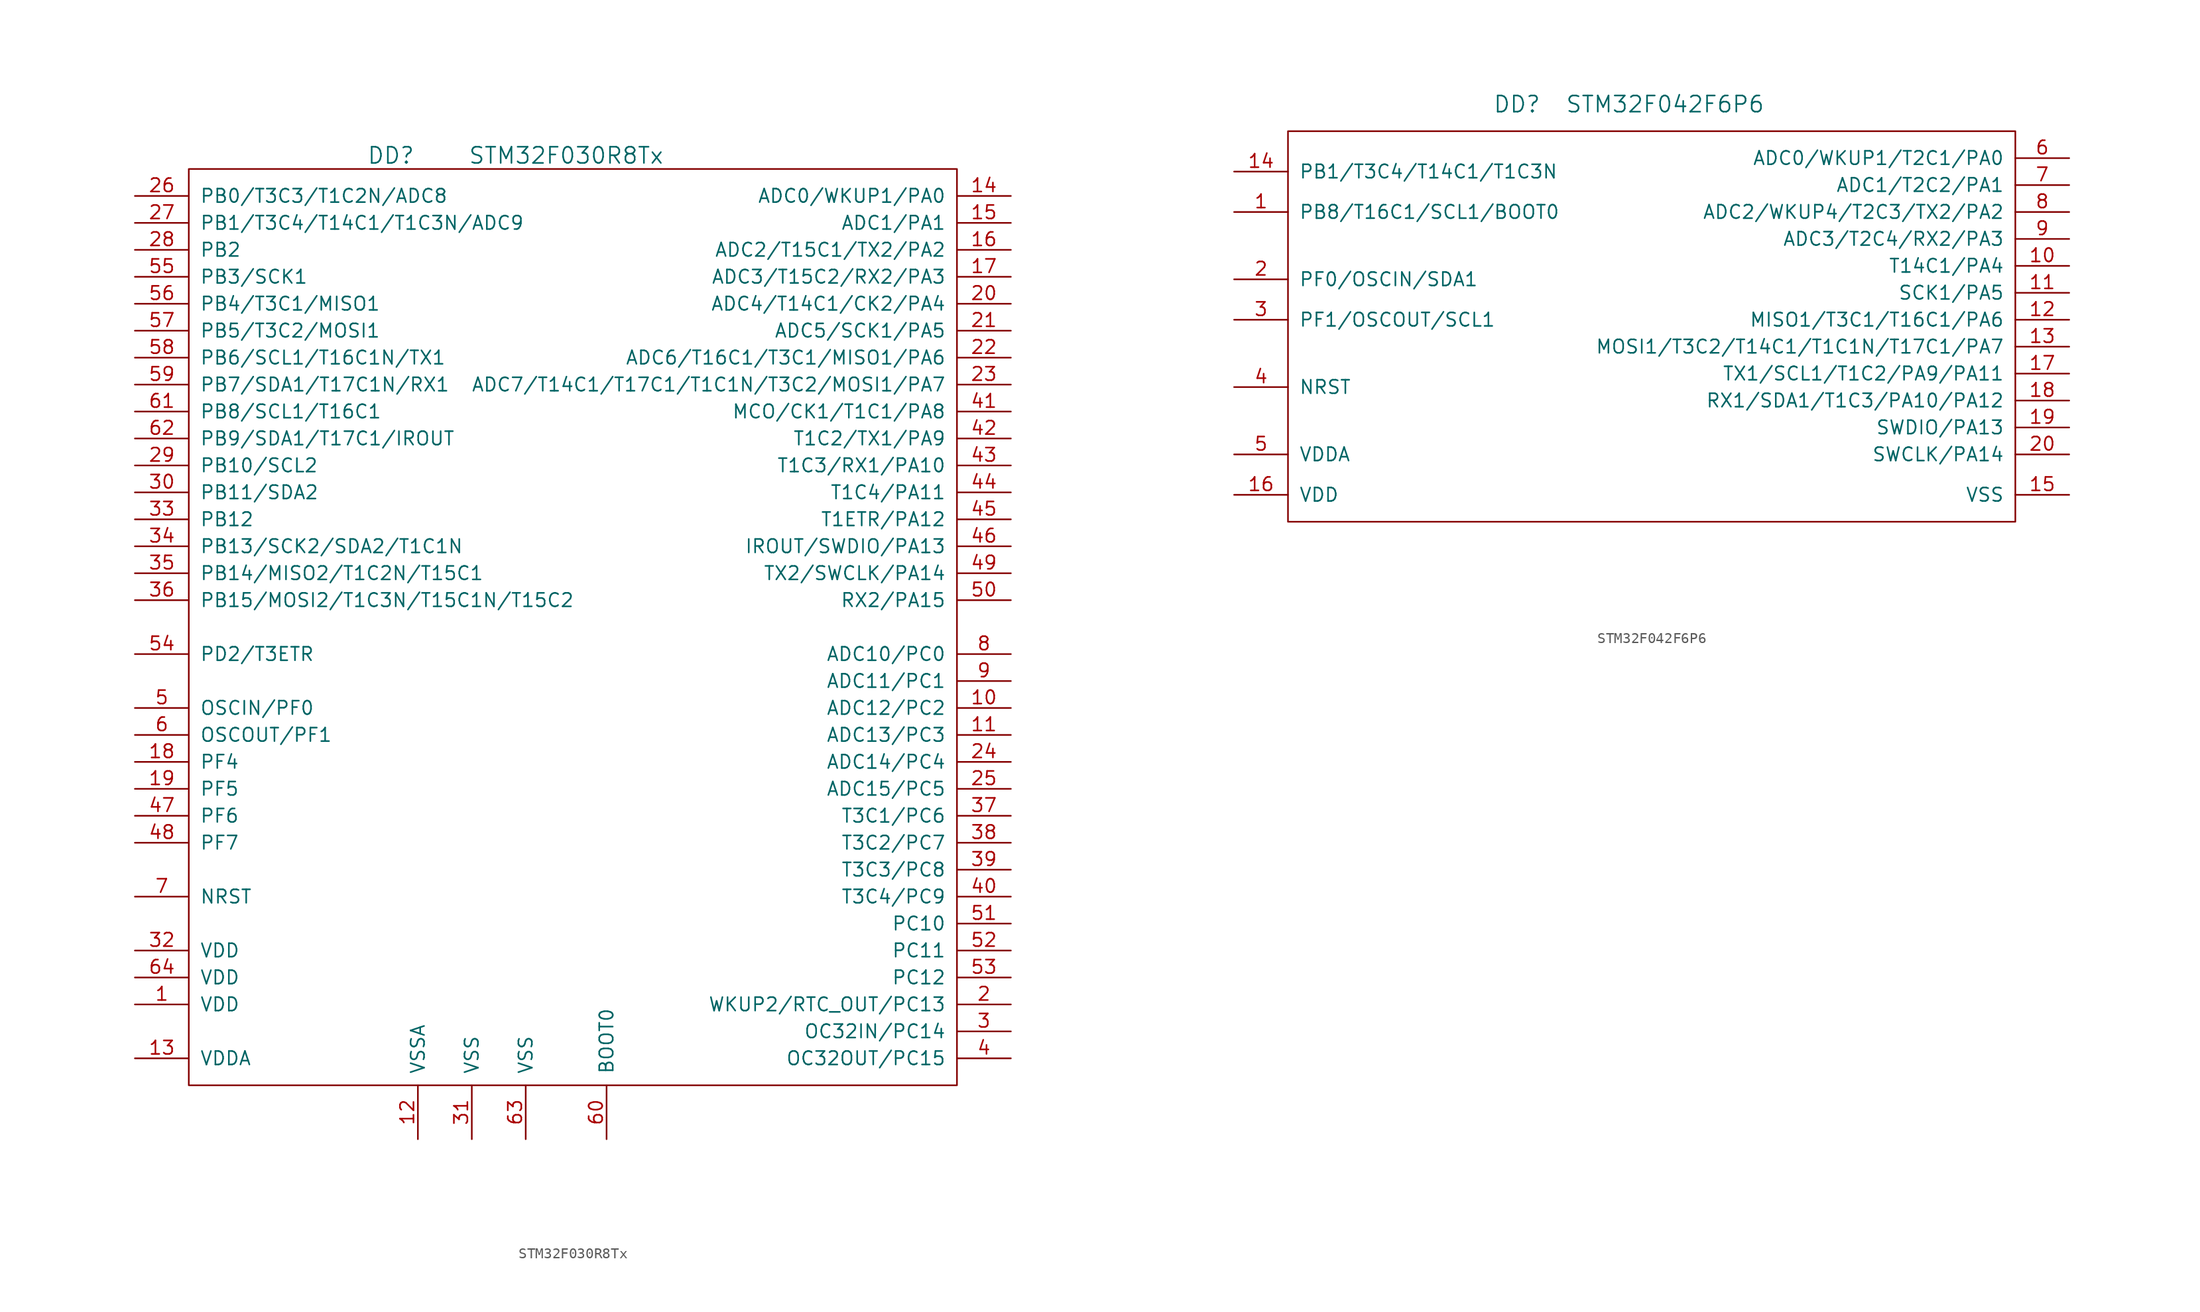
<source format=kicad_sym>
(kicad_symbol_lib
  (version 20201005)
  (generator kicad_symbol_editor)
  (symbol "st_kl:STM32F030R8Tx"
    (pin_names
      (offset 1.016))
    (property "Reference" "DD"
      (at -16.51 41.91 0)
      (effects (font (size 1.524 1.524))))
    (property "Value" "STM32F030R8Tx"
      (at 0 41.91 0)
      (effects (font (size 1.524 1.524))))
    (symbol "STM32F030R8Tx_0_1"
      (rectangle (start 36.83 -45.72) (end -35.56 40.64) (stroke (width 0)) (fill (type none))))
    (symbol "STM32F030R8Tx_1_1"
      (pin power_in line (at -40.64 -38.1 0) (length 5.08) (name "VDD" (effects (font (size 1.27 1.27)))) (number "1" (effects (font (size 1.27 1.27)))))
      (pin passive line (at 41.91 -10.16 180) (length 5.08) (name "ADC12/PC2" (effects (font (size 1.27 1.27)))) (number "10" (effects (font (size 1.27 1.27)))))
      (pin passive line (at 41.91 -12.7 180) (length 5.08) (name "ADC13/PC3" (effects (font (size 1.27 1.27)))) (number "11" (effects (font (size 1.27 1.27)))))
      (pin power_in line (at -13.97 -50.8 90) (length 5.08) (name "VSSA" (effects (font (size 1.27 1.27)))) (number "12" (effects (font (size 1.27 1.27)))))
      (pin power_in line (at -40.64 -43.18 0) (length 5.08) (name "VDDA" (effects (font (size 1.27 1.27)))) (number "13" (effects (font (size 1.27 1.27)))))
      (pin passive line (at 41.91 38.1 180) (length 5.08) (name "ADC0/WKUP1/PA0" (effects (font (size 1.27 1.27)))) (number "14" (effects (font (size 1.27 1.27)))))
      (pin passive line (at 41.91 35.56 180) (length 5.08) (name "ADC1/PA1" (effects (font (size 1.27 1.27)))) (number "15" (effects (font (size 1.27 1.27)))))
      (pin passive line (at 41.91 33.02 180) (length 5.08) (name "ADC2/T15C1/TX2/PA2" (effects (font (size 1.27 1.27)))) (number "16" (effects (font (size 1.27 1.27)))))
      (pin passive line (at 41.91 30.48 180) (length 5.08) (name "ADC3/T15C2/RX2/PA3" (effects (font (size 1.27 1.27)))) (number "17" (effects (font (size 1.27 1.27)))))
      (pin passive line (at -40.64 -15.24 0) (length 5.08) (name "PF4" (effects (font (size 1.27 1.27)))) (number "18" (effects (font (size 1.27 1.27)))))
      (pin passive line (at -40.64 -17.78 0) (length 5.08) (name "PF5" (effects (font (size 1.27 1.27)))) (number "19" (effects (font (size 1.27 1.27)))))
      (pin passive line (at 41.91 -38.1 180) (length 5.08) (name "WKUP2/RTC_OUT/PC13" (effects (font (size 1.27 1.27)))) (number "2" (effects (font (size 1.27 1.27)))))
      (pin passive line (at 41.91 27.94 180) (length 5.08) (name "ADC4/T14C1/CK2/PA4" (effects (font (size 1.27 1.27)))) (number "20" (effects (font (size 1.27 1.27)))))
      (pin passive line (at 41.91 25.4 180) (length 5.08) (name "ADC5/SCK1/PA5" (effects (font (size 1.27 1.27)))) (number "21" (effects (font (size 1.27 1.27)))))
      (pin passive line (at 41.91 22.86 180) (length 5.08) (name "ADC6/T16C1/T3C1/MISO1/PA6" (effects (font (size 1.27 1.27)))) (number "22" (effects (font (size 1.27 1.27)))))
      (pin passive line (at 41.91 20.32 180) (length 5.08) (name "ADC7/T14C1/T17C1/T1C1N/T3C2/MOSI1/PA7" (effects (font (size 1.27 1.27)))) (number "23" (effects (font (size 1.27 1.27)))))
      (pin passive line (at 41.91 -15.24 180) (length 5.08) (name "ADC14/PC4" (effects (font (size 1.27 1.27)))) (number "24" (effects (font (size 1.27 1.27)))))
      (pin passive line (at 41.91 -17.78 180) (length 5.08) (name "ADC15/PC5" (effects (font (size 1.27 1.27)))) (number "25" (effects (font (size 1.27 1.27)))))
      (pin passive line (at -40.64 38.1 0) (length 5.08) (name "PB0/T3C3/T1C2N/ADC8" (effects (font (size 1.27 1.27)))) (number "26" (effects (font (size 1.27 1.27)))))
      (pin passive line (at -40.64 35.56 0) (length 5.08) (name "PB1/T3C4/T14C1/T1C3N/ADC9" (effects (font (size 1.27 1.27)))) (number "27" (effects (font (size 1.27 1.27)))))
      (pin passive line (at -40.64 33.02 0) (length 5.08) (name "PB2" (effects (font (size 1.27 1.27)))) (number "28" (effects (font (size 1.27 1.27)))))
      (pin passive line (at -40.64 12.7 0) (length 5.08) (name "PB10/SCL2" (effects (font (size 1.27 1.27)))) (number "29" (effects (font (size 1.27 1.27)))))
      (pin passive line (at 41.91 -40.64 180) (length 5.08) (name "OC32IN/PC14" (effects (font (size 1.27 1.27)))) (number "3" (effects (font (size 1.27 1.27)))))
      (pin passive line (at -40.64 10.16 0) (length 5.08) (name "PB11/SDA2" (effects (font (size 1.27 1.27)))) (number "30" (effects (font (size 1.27 1.27)))))
      (pin power_in line (at -8.89 -50.8 90) (length 5.08) (name "VSS" (effects (font (size 1.27 1.27)))) (number "31" (effects (font (size 1.27 1.27)))))
      (pin power_in line (at -40.64 -33.02 0) (length 5.08) (name "VDD" (effects (font (size 1.27 1.27)))) (number "32" (effects (font (size 1.27 1.27)))))
      (pin passive line (at -40.64 7.62 0) (length 5.08) (name "PB12" (effects (font (size 1.27 1.27)))) (number "33" (effects (font (size 1.27 1.27)))))
      (pin passive line (at -40.64 5.08 0) (length 5.08) (name "PB13/SCK2/SDA2/T1C1N" (effects (font (size 1.27 1.27)))) (number "34" (effects (font (size 1.27 1.27)))))
      (pin passive line (at -40.64 2.54 0) (length 5.08) (name "PB14/MISO2/T1C2N/T15C1" (effects (font (size 1.27 1.27)))) (number "35" (effects (font (size 1.27 1.27)))))
      (pin passive line (at -40.64 0 0) (length 5.08) (name "PB15/MOSI2/T1C3N/T15C1N/T15C2" (effects (font (size 1.27 1.27)))) (number "36" (effects (font (size 1.27 1.27)))))
      (pin passive line (at 41.91 -20.32 180) (length 5.08) (name "T3C1/PC6" (effects (font (size 1.27 1.27)))) (number "37" (effects (font (size 1.27 1.27)))))
      (pin passive line (at 41.91 -22.86 180) (length 5.08) (name "T3C2/PC7" (effects (font (size 1.27 1.27)))) (number "38" (effects (font (size 1.27 1.27)))))
      (pin passive line (at 41.91 -25.4 180) (length 5.08) (name "T3C3/PC8" (effects (font (size 1.27 1.27)))) (number "39" (effects (font (size 1.27 1.27)))))
      (pin passive line (at 41.91 -43.18 180) (length 5.08) (name "OC32OUT/PC15" (effects (font (size 1.27 1.27)))) (number "4" (effects (font (size 1.27 1.27)))))
      (pin passive line (at 41.91 -27.94 180) (length 5.08) (name "T3C4/PC9" (effects (font (size 1.27 1.27)))) (number "40" (effects (font (size 1.27 1.27)))))
      (pin passive line (at 41.91 17.78 180) (length 5.08) (name "MCO/CK1/T1C1/PA8" (effects (font (size 1.27 1.27)))) (number "41" (effects (font (size 1.27 1.27)))))
      (pin passive line (at 41.91 15.24 180) (length 5.08) (name "T1C2/TX1/PA9" (effects (font (size 1.27 1.27)))) (number "42" (effects (font (size 1.27 1.27)))))
      (pin passive line (at 41.91 12.7 180) (length 5.08) (name "T1C3/RX1/PA10" (effects (font (size 1.27 1.27)))) (number "43" (effects (font (size 1.27 1.27)))))
      (pin passive line (at 41.91 10.16 180) (length 5.08) (name "T1C4/PA11" (effects (font (size 1.27 1.27)))) (number "44" (effects (font (size 1.27 1.27)))))
      (pin passive line (at 41.91 7.62 180) (length 5.08) (name "T1ETR/PA12" (effects (font (size 1.27 1.27)))) (number "45" (effects (font (size 1.27 1.27)))))
      (pin passive line (at 41.91 5.08 180) (length 5.08) (name "IROUT/SWDIO/PA13" (effects (font (size 1.27 1.27)))) (number "46" (effects (font (size 1.27 1.27)))))
      (pin passive line (at -40.64 -20.32 0) (length 5.08) (name "PF6" (effects (font (size 1.27 1.27)))) (number "47" (effects (font (size 1.27 1.27)))))
      (pin passive line (at -40.64 -22.86 0) (length 5.08) (name "PF7" (effects (font (size 1.27 1.27)))) (number "48" (effects (font (size 1.27 1.27)))))
      (pin passive line (at 41.91 2.54 180) (length 5.08) (name "TX2/SWCLK/PA14" (effects (font (size 1.27 1.27)))) (number "49" (effects (font (size 1.27 1.27)))))
      (pin passive line (at -40.64 -10.16 0) (length 5.08) (name "OSCIN/PF0" (effects (font (size 1.27 1.27)))) (number "5" (effects (font (size 1.27 1.27)))))
      (pin passive line (at 41.91 0 180) (length 5.08) (name "RX2/PA15" (effects (font (size 1.27 1.27)))) (number "50" (effects (font (size 1.27 1.27)))))
      (pin passive line (at 41.91 -30.48 180) (length 5.08) (name "PC10" (effects (font (size 1.27 1.27)))) (number "51" (effects (font (size 1.27 1.27)))))
      (pin passive line (at 41.91 -33.02 180) (length 5.08) (name "PC11" (effects (font (size 1.27 1.27)))) (number "52" (effects (font (size 1.27 1.27)))))
      (pin passive line (at 41.91 -35.56 180) (length 5.08) (name "PC12" (effects (font (size 1.27 1.27)))) (number "53" (effects (font (size 1.27 1.27)))))
      (pin passive line (at -40.64 -5.08 0) (length 5.08) (name "PD2/T3ETR" (effects (font (size 1.27 1.27)))) (number "54" (effects (font (size 1.27 1.27)))))
      (pin passive line (at -40.64 30.48 0) (length 5.08) (name "PB3/SCK1" (effects (font (size 1.27 1.27)))) (number "55" (effects (font (size 1.27 1.27)))))
      (pin passive line (at -40.64 27.94 0) (length 5.08) (name "PB4/T3C1/MISO1" (effects (font (size 1.27 1.27)))) (number "56" (effects (font (size 1.27 1.27)))))
      (pin passive line (at -40.64 25.4 0) (length 5.08) (name "PB5/T3C2/MOSI1" (effects (font (size 1.27 1.27)))) (number "57" (effects (font (size 1.27 1.27)))))
      (pin passive line (at -40.64 22.86 0) (length 5.08) (name "PB6/SCL1/T16C1N/TX1" (effects (font (size 1.27 1.27)))) (number "58" (effects (font (size 1.27 1.27)))))
      (pin passive line (at -40.64 20.32 0) (length 5.08) (name "PB7/SDA1/T17C1N/RX1" (effects (font (size 1.27 1.27)))) (number "59" (effects (font (size 1.27 1.27)))))
      (pin passive line (at -40.64 -12.7 0) (length 5.08) (name "OSCOUT/PF1" (effects (font (size 1.27 1.27)))) (number "6" (effects (font (size 1.27 1.27)))))
      (pin passive line (at 3.81 -50.8 90) (length 5.08) (name "BOOT0" (effects (font (size 1.27 1.27)))) (number "60" (effects (font (size 1.27 1.27)))))
      (pin passive line (at -40.64 17.78 0) (length 5.08) (name "PB8/SCL1/T16C1" (effects (font (size 1.27 1.27)))) (number "61" (effects (font (size 1.27 1.27)))))
      (pin passive line (at -40.64 15.24 0) (length 5.08) (name "PB9/SDA1/T17C1/IROUT" (effects (font (size 1.27 1.27)))) (number "62" (effects (font (size 1.27 1.27)))))
      (pin power_in line (at -3.81 -50.8 90) (length 5.08) (name "VSS" (effects (font (size 1.27 1.27)))) (number "63" (effects (font (size 1.27 1.27)))))
      (pin power_in line (at -40.64 -35.56 0) (length 5.08) (name "VDD" (effects (font (size 1.27 1.27)))) (number "64" (effects (font (size 1.27 1.27)))))
      (pin passive line (at -40.64 -27.94 0) (length 5.08) (name "NRST" (effects (font (size 1.27 1.27)))) (number "7" (effects (font (size 1.27 1.27)))))
      (pin passive line (at 41.91 -5.08 180) (length 5.08) (name "ADC10/PC0" (effects (font (size 1.27 1.27)))) (number "8" (effects (font (size 1.27 1.27)))))
      (pin passive line (at 41.91 -7.62 180) (length 5.08) (name "ADC11/PC1" (effects (font (size 1.27 1.27)))) (number "9" (effects (font (size 1.27 1.27)))))))
  (symbol "st_kl:STM32F042F6P6"
    (pin_names
      (offset 1.016))
    (property "Reference" "DD"
      (at -12.7 21.59 0)
      (effects (font (size 1.524 1.524))))
    (property "Value" "STM32F042F6P6"
      (at 1.27 21.59 0)
      (effects (font (size 1.524 1.524))))
    (property "Footprint" ""
      (at 1.27 -22.86 0)
      (effects (font (size 1.524 1.524))))
    (property "Datasheet" ""
      (at 1.27 -22.86 0)
      (effects (font (size 1.524 1.524))))
    (symbol "STM32F042F6P6_0_1"
      (rectangle (start -34.29 19.05) (end 34.29 -17.78) (stroke (width 0)) (fill (type none))))
    (symbol "STM32F042F6P6_1_1"
      (pin passive line (at -39.37 11.43 0) (length 5.08) (name "PB8/T16C1/SCL1/BOOT0" (effects (font (size 1.27 1.27)))) (number "1" (effects (font (size 1.27 1.27)))))
      (pin passive line (at 39.37 6.35 180) (length 5.08) (name "T14C1/PA4" (effects (font (size 1.27 1.27)))) (number "10" (effects (font (size 1.27 1.27)))))
      (pin passive line (at 39.37 3.81 180) (length 5.08) (name "SCK1/PA5" (effects (font (size 1.27 1.27)))) (number "11" (effects (font (size 1.27 1.27)))))
      (pin passive line (at 39.37 1.27 180) (length 5.08) (name "MISO1/T3C1/T16C1/PA6" (effects (font (size 1.27 1.27)))) (number "12" (effects (font (size 1.27 1.27)))))
      (pin passive line (at 39.37 -1.27 180) (length 5.08) (name "MOSI1/T3C2/T14C1/T1C1N/T17C1/PA7" (effects (font (size 1.27 1.27)))) (number "13" (effects (font (size 1.27 1.27)))))
      (pin passive line (at -39.37 15.24 0) (length 5.08) (name "PB1/T3C4/T14C1/T1C3N" (effects (font (size 1.27 1.27)))) (number "14" (effects (font (size 1.27 1.27)))))
      (pin power_in line (at 39.37 -15.24 180) (length 5.08) (name "VSS" (effects (font (size 1.27 1.27)))) (number "15" (effects (font (size 1.27 1.27)))))
      (pin power_in line (at -39.37 -15.24 0) (length 5.08) (name "VDD" (effects (font (size 1.27 1.27)))) (number "16" (effects (font (size 1.27 1.27)))))
      (pin passive line (at 39.37 -3.81 180) (length 5.08) (name "TX1/SCL1/T1C2/PA9/PA11" (effects (font (size 1.27 1.27)))) (number "17" (effects (font (size 1.27 1.27)))))
      (pin passive line (at 39.37 -6.35 180) (length 5.08) (name "RX1/SDA1/T1C3/PA10/PA12" (effects (font (size 1.27 1.27)))) (number "18" (effects (font (size 1.27 1.27)))))
      (pin passive line (at 39.37 -8.89 180) (length 5.08) (name "SWDIO/PA13" (effects (font (size 1.27 1.27)))) (number "19" (effects (font (size 1.27 1.27)))))
      (pin passive line (at -39.37 5.08 0) (length 5.08) (name "PF0/OSCIN/SDA1" (effects (font (size 1.27 1.27)))) (number "2" (effects (font (size 1.27 1.27)))))
      (pin passive line (at 39.37 -11.43 180) (length 5.08) (name "SWCLK/PA14" (effects (font (size 1.27 1.27)))) (number "20" (effects (font (size 1.27 1.27)))))
      (pin passive line (at -39.37 1.27 0) (length 5.08) (name "PF1/OSCOUT/SCL1" (effects (font (size 1.27 1.27)))) (number "3" (effects (font (size 1.27 1.27)))))
      (pin passive line (at -39.37 -5.08 0) (length 5.08) (name "NRST" (effects (font (size 1.27 1.27)))) (number "4" (effects (font (size 1.27 1.27)))))
      (pin power_in line (at -39.37 -11.43 0) (length 5.08) (name "VDDA" (effects (font (size 1.27 1.27)))) (number "5" (effects (font (size 1.27 1.27)))))
      (pin passive line (at 39.37 16.51 180) (length 5.08) (name "ADC0/WKUP1/T2C1/PA0" (effects (font (size 1.27 1.27)))) (number "6" (effects (font (size 1.27 1.27)))))
      (pin passive line (at 39.37 13.97 180) (length 5.08) (name "ADC1/T2C2/PA1" (effects (font (size 1.27 1.27)))) (number "7" (effects (font (size 1.27 1.27)))))
      (pin passive line (at 39.37 11.43 180) (length 5.08) (name "ADC2/WKUP4/T2C3/TX2/PA2" (effects (font (size 1.27 1.27)))) (number "8" (effects (font (size 1.27 1.27)))))
      (pin passive line (at 39.37 8.89 180) (length 5.08) (name "ADC3/T2C4/RX2/PA3" (effects (font (size 1.27 1.27)))) (number "9" (effects (font (size 1.27 1.27))))))))
</source>
